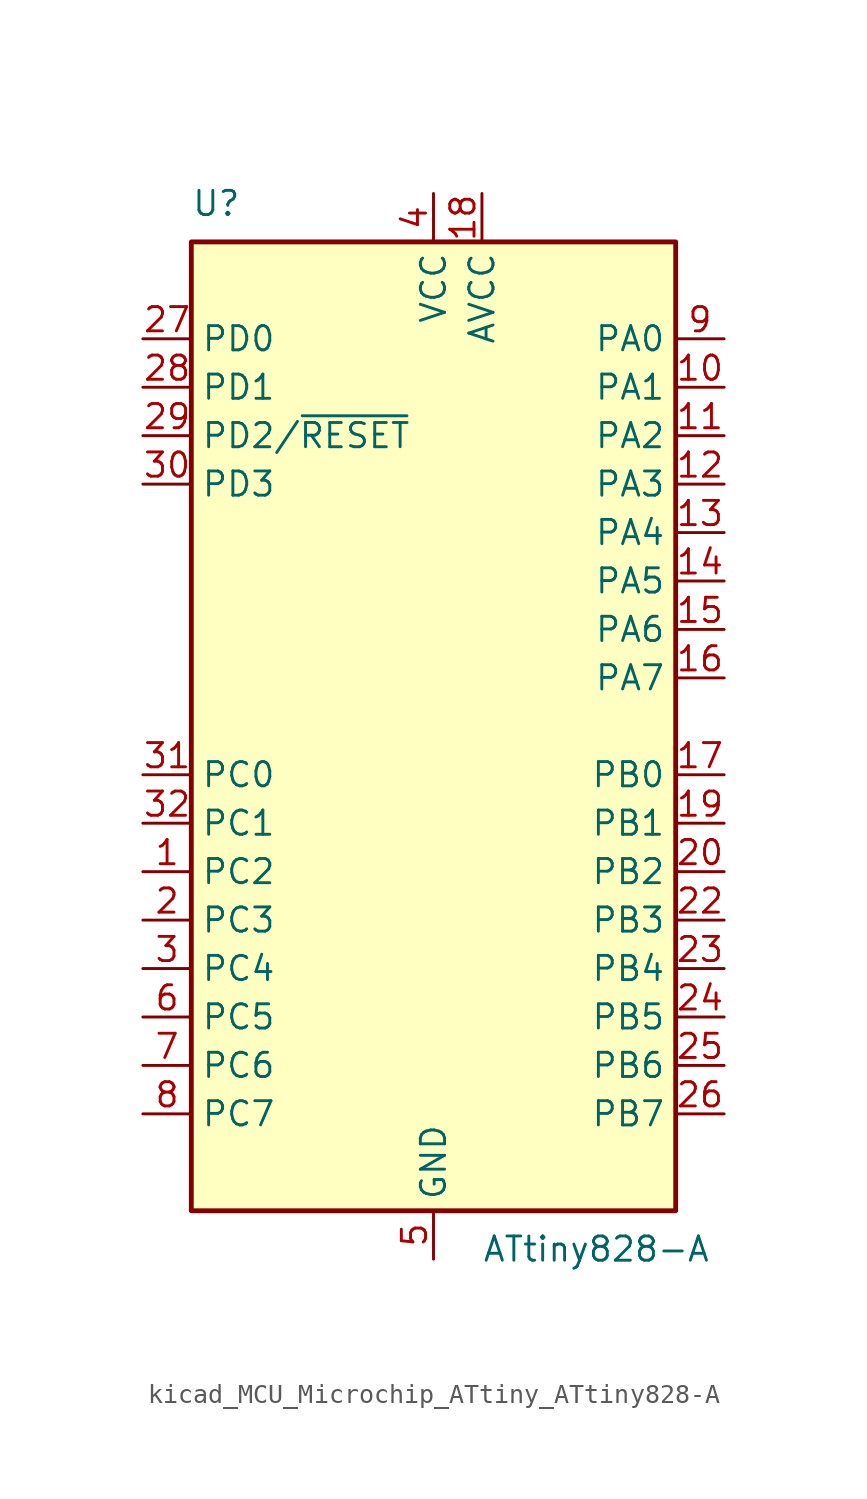
<source format=kicad_sym>
(kicad_symbol_lib
  (version 20220914)
  (generator kicad_symbol_editor)
  (symbol "kicad_MCU_Microchip_ATtiny_ATtiny828-A"
    (property "Reference" "U"
      (at -12.7 26.67 0)
      (effects (font (size 1.27 1.27)) (justify left bottom)))
    (property "Value" "ATtiny828-A"
      (at 2.54 -26.67 0)
      (effects (font (size 1.27 1.27)) (justify left top)))
    (symbol "kicad_MCU_Microchip_ATtiny_ATtiny828-A_0_1"
      (rectangle (start -12.7 -25.4) (end 12.7 25.4) (stroke (width 0.254) (type default)) (fill (type background))))
    (symbol "kicad_MCU_Microchip_ATtiny_ATtiny828-A_1_1"
      (pin bidirectional line (at -15.24 -7.62 0) (length 2.54) (name "PC2" (effects (font (size 1.27 1.27)))) (number "1" (effects (font (size 1.27 1.27)))))
      (pin bidirectional line (at 15.24 17.78 180) (length 2.54) (name "PA1" (effects (font (size 1.27 1.27)))) (number "10" (effects (font (size 1.27 1.27)))))
      (pin bidirectional line (at 15.24 15.24 180) (length 2.54) (name "PA2" (effects (font (size 1.27 1.27)))) (number "11" (effects (font (size 1.27 1.27)))))
      (pin bidirectional line (at 15.24 12.7 180) (length 2.54) (name "PA3" (effects (font (size 1.27 1.27)))) (number "12" (effects (font (size 1.27 1.27)))))
      (pin bidirectional line (at 15.24 10.16 180) (length 2.54) (name "PA4" (effects (font (size 1.27 1.27)))) (number "13" (effects (font (size 1.27 1.27)))))
      (pin bidirectional line (at 15.24 7.62 180) (length 2.54) (name "PA5" (effects (font (size 1.27 1.27)))) (number "14" (effects (font (size 1.27 1.27)))))
      (pin bidirectional line (at 15.24 5.08 180) (length 2.54) (name "PA6" (effects (font (size 1.27 1.27)))) (number "15" (effects (font (size 1.27 1.27)))))
      (pin bidirectional line (at 15.24 2.54 180) (length 2.54) (name "PA7" (effects (font (size 1.27 1.27)))) (number "16" (effects (font (size 1.27 1.27)))))
      (pin bidirectional line (at 15.24 -2.54 180) (length 2.54) (name "PB0" (effects (font (size 1.27 1.27)))) (number "17" (effects (font (size 1.27 1.27)))))
      (pin power_in line (at 2.54 27.94 270) (length 2.54) (name "AVCC" (effects (font (size 1.27 1.27)))) (number "18" (effects (font (size 1.27 1.27)))))
      (pin bidirectional line (at 15.24 -5.08 180) (length 2.54) (name "PB1" (effects (font (size 1.27 1.27)))) (number "19" (effects (font (size 1.27 1.27)))))
      (pin bidirectional line (at -15.24 -10.16 0) (length 2.54) (name "PC3" (effects (font (size 1.27 1.27)))) (number "2" (effects (font (size 1.27 1.27)))))
      (pin bidirectional line (at 15.24 -7.62 180) (length 2.54) (name "PB2" (effects (font (size 1.27 1.27)))) (number "20" (effects (font (size 1.27 1.27)))))
      (pin passive line (at 0 -27.94 90) (length 2.54) hide (name "GND" (effects (font (size 1.27 1.27)))) (number "21" (effects (font (size 1.27 1.27)))))
      (pin bidirectional line (at 15.24 -10.16 180) (length 2.54) (name "PB3" (effects (font (size 1.27 1.27)))) (number "22" (effects (font (size 1.27 1.27)))))
      (pin bidirectional line (at 15.24 -12.7 180) (length 2.54) (name "PB4" (effects (font (size 1.27 1.27)))) (number "23" (effects (font (size 1.27 1.27)))))
      (pin bidirectional line (at 15.24 -15.24 180) (length 2.54) (name "PB5" (effects (font (size 1.27 1.27)))) (number "24" (effects (font (size 1.27 1.27)))))
      (pin bidirectional line (at 15.24 -17.78 180) (length 2.54) (name "PB6" (effects (font (size 1.27 1.27)))) (number "25" (effects (font (size 1.27 1.27)))))
      (pin bidirectional line (at 15.24 -20.32 180) (length 2.54) (name "PB7" (effects (font (size 1.27 1.27)))) (number "26" (effects (font (size 1.27 1.27)))))
      (pin bidirectional line (at -15.24 20.32 0) (length 2.54) (name "PD0" (effects (font (size 1.27 1.27)))) (number "27" (effects (font (size 1.27 1.27)))))
      (pin bidirectional line (at -15.24 17.78 0) (length 2.54) (name "PD1" (effects (font (size 1.27 1.27)))) (number "28" (effects (font (size 1.27 1.27)))))
      (pin bidirectional line (at -15.24 15.24 0) (length 2.54) (name "PD2/~{RESET}" (effects (font (size 1.27 1.27)))) (number "29" (effects (font (size 1.27 1.27)))))
      (pin bidirectional line (at -15.24 -12.7 0) (length 2.54) (name "PC4" (effects (font (size 1.27 1.27)))) (number "3" (effects (font (size 1.27 1.27)))))
      (pin bidirectional line (at -15.24 12.7 0) (length 2.54) (name "PD3" (effects (font (size 1.27 1.27)))) (number "30" (effects (font (size 1.27 1.27)))))
      (pin bidirectional line (at -15.24 -2.54 0) (length 2.54) (name "PC0" (effects (font (size 1.27 1.27)))) (number "31" (effects (font (size 1.27 1.27)))))
      (pin bidirectional line (at -15.24 -5.08 0) (length 2.54) (name "PC1" (effects (font (size 1.27 1.27)))) (number "32" (effects (font (size 1.27 1.27)))))
      (pin power_in line (at 0 27.94 270) (length 2.54) (name "VCC" (effects (font (size 1.27 1.27)))) (number "4" (effects (font (size 1.27 1.27)))))
      (pin power_in line (at 0 -27.94 90) (length 2.54) (name "GND" (effects (font (size 1.27 1.27)))) (number "5" (effects (font (size 1.27 1.27)))))
      (pin bidirectional line (at -15.24 -15.24 0) (length 2.54) (name "PC5" (effects (font (size 1.27 1.27)))) (number "6" (effects (font (size 1.27 1.27)))))
      (pin bidirectional line (at -15.24 -17.78 0) (length 2.54) (name "PC6" (effects (font (size 1.27 1.27)))) (number "7" (effects (font (size 1.27 1.27)))))
      (pin bidirectional line (at -15.24 -20.32 0) (length 2.54) (name "PC7" (effects (font (size 1.27 1.27)))) (number "8" (effects (font (size 1.27 1.27)))))
      (pin bidirectional line (at 15.24 20.32 180) (length 2.54) (name "PA0" (effects (font (size 1.27 1.27)))) (number "9" (effects (font (size 1.27 1.27))))))))
</source>
